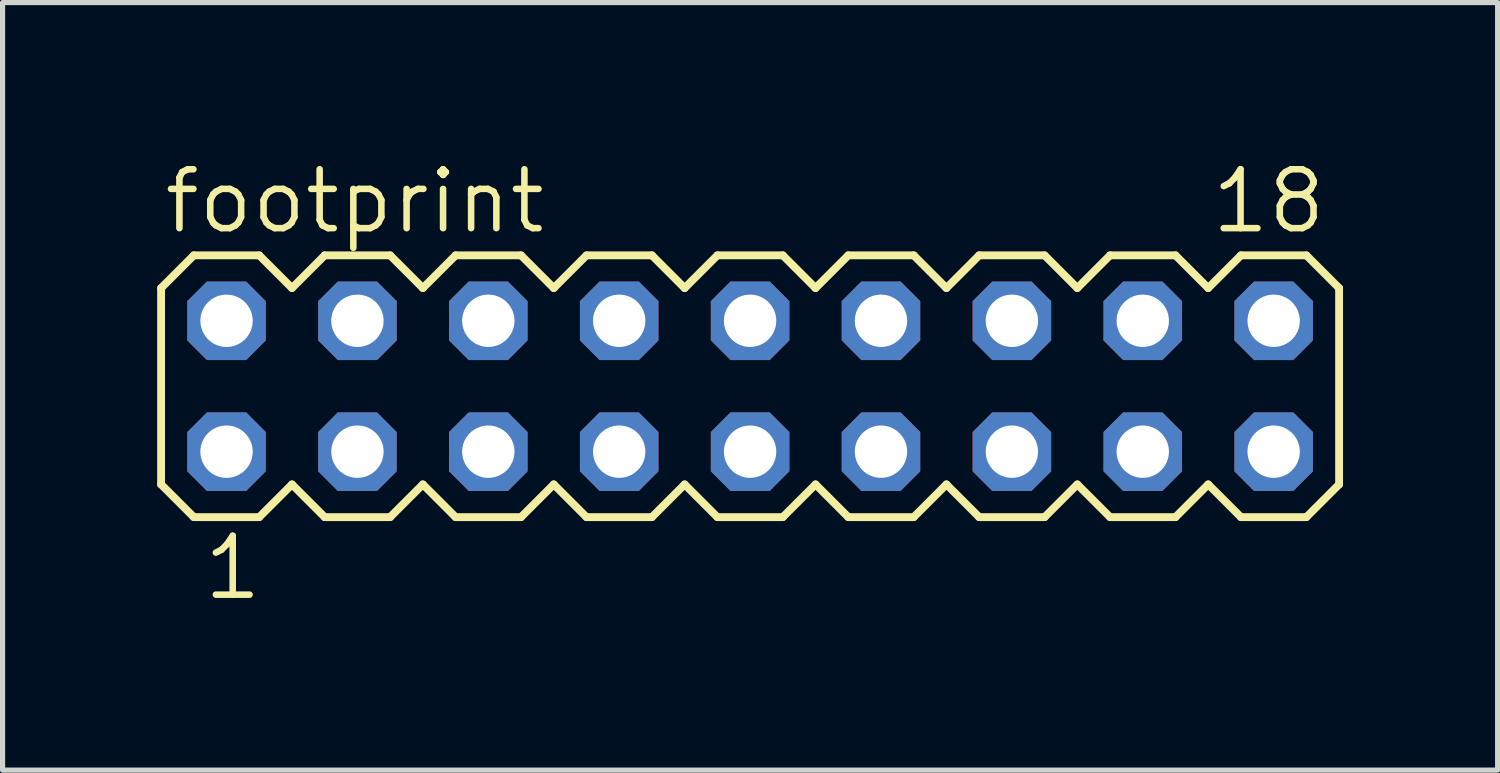
<source format=kicad_pcb>
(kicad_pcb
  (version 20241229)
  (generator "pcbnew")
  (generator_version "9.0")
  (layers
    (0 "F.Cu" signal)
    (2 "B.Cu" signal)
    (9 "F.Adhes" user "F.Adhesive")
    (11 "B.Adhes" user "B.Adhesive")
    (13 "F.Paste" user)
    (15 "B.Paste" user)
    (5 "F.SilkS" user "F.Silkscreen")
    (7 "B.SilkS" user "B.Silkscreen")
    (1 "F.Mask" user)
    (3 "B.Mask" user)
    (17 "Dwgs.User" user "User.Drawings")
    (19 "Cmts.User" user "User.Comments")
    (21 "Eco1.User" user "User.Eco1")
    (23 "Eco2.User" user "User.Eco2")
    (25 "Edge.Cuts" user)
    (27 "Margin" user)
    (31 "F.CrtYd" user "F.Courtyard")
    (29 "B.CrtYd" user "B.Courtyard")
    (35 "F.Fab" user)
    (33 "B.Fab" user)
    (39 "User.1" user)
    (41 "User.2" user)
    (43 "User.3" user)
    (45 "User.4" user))
  (footprint "footprint"
    (layer "F.Cu")
    (at 11.506 4.445)
    (property "Reference" "footprint" (at -11.43 -2.921 0) (layer "F.SilkS") (effects (font (size 1.143 1.143) (thickness 0.127)) (justify left bottom)))
    (fp_line (start -11.43 -1.905) (end -11.43 1.905) (stroke (width 0.152) (type solid)) (layer "F.SilkS"))
    (fp_line (start -11.43 1.905) (end -10.795 2.54) (stroke (width 0.152) (type solid)) (layer "F.SilkS"))
    (fp_line (start -10.795 -2.54) (end -11.43 -1.905) (stroke (width 0.152) (type solid)) (layer "F.SilkS"))
    (fp_line (start -10.795 -2.54) (end -9.525 -2.54) (stroke (width 0.152) (type solid)) (layer "F.SilkS"))
    (fp_line (start -9.525 -2.54) (end -8.89 -1.905) (stroke (width 0.152) (type solid)) (layer "F.SilkS"))
    (fp_line (start -9.525 2.54) (end -10.795 2.54) (stroke (width 0.152) (type solid)) (layer "F.SilkS"))
    (fp_line (start -8.89 -1.905) (end -8.255 -2.54) (stroke (width 0.152) (type solid)) (layer "F.SilkS"))
    (fp_line (start -8.89 1.905) (end -9.525 2.54) (stroke (width 0.152) (type solid)) (layer "F.SilkS"))
    (fp_line (start -8.255 -2.54) (end -6.985 -2.54) (stroke (width 0.152) (type solid)) (layer "F.SilkS"))
    (fp_line (start -8.255 2.54) (end -8.89 1.905) (stroke (width 0.152) (type solid)) (layer "F.SilkS"))
    (fp_line (start -6.985 -2.54) (end -6.35 -1.905) (stroke (width 0.152) (type solid)) (layer "F.SilkS"))
    (fp_line (start -6.985 2.54) (end -8.255 2.54) (stroke (width 0.152) (type solid)) (layer "F.SilkS"))
    (fp_line (start -6.35 -1.905) (end -5.715 -2.54) (stroke (width 0.152) (type solid)) (layer "F.SilkS"))
    (fp_line (start -6.35 1.905) (end -6.985 2.54) (stroke (width 0.152) (type solid)) (layer "F.SilkS"))
    (fp_line (start -5.715 -2.54) (end -4.445 -2.54) (stroke (width 0.152) (type solid)) (layer "F.SilkS"))
    (fp_line (start -5.715 2.54) (end -6.35 1.905) (stroke (width 0.152) (type solid)) (layer "F.SilkS"))
    (fp_line (start -4.445 -2.54) (end -3.81 -1.905) (stroke (width 0.152) (type solid)) (layer "F.SilkS"))
    (fp_line (start -4.445 2.54) (end -5.715 2.54) (stroke (width 0.152) (type solid)) (layer "F.SilkS"))
    (fp_line (start -3.81 1.905) (end -4.445 2.54) (stroke (width 0.152) (type solid)) (layer "F.SilkS"))
    (fp_line (start -3.81 1.905) (end -3.175 2.54) (stroke (width 0.152) (type solid)) (layer "F.SilkS"))
    (fp_line (start -3.175 -2.54) (end -3.81 -1.905) (stroke (width 0.152) (type solid)) (layer "F.SilkS"))
    (fp_line (start -3.175 -2.54) (end -1.905 -2.54) (stroke (width 0.152) (type solid)) (layer "F.SilkS"))
    (fp_line (start -1.905 -2.54) (end -1.27 -1.905) (stroke (width 0.152) (type solid)) (layer "F.SilkS"))
    (fp_line (start -1.905 2.54) (end -3.175 2.54) (stroke (width 0.152) (type solid)) (layer "F.SilkS"))
    (fp_line (start -1.27 -1.905) (end -0.635 -2.54) (stroke (width 0.152) (type solid)) (layer "F.SilkS"))
    (fp_line (start -1.27 1.905) (end -1.905 2.54) (stroke (width 0.152) (type solid)) (layer "F.SilkS"))
    (fp_line (start -0.635 -2.54) (end 0.635 -2.54) (stroke (width 0.152) (type solid)) (layer "F.SilkS"))
    (fp_line (start -0.635 2.54) (end -1.27 1.905) (stroke (width 0.152) (type solid)) (layer "F.SilkS"))
    (fp_line (start 0.635 -2.54) (end 1.27 -1.905) (stroke (width 0.152) (type solid)) (layer "F.SilkS"))
    (fp_line (start 0.635 2.54) (end -0.635 2.54) (stroke (width 0.152) (type solid)) (layer "F.SilkS"))
    (fp_line (start 1.27 -1.905) (end 1.905 -2.54) (stroke (width 0.152) (type solid)) (layer "F.SilkS"))
    (fp_line (start 1.27 1.905) (end 0.635 2.54) (stroke (width 0.152) (type solid)) (layer "F.SilkS"))
    (fp_line (start 1.905 -2.54) (end 3.175 -2.54) (stroke (width 0.152) (type solid)) (layer "F.SilkS"))
    (fp_line (start 1.905 2.54) (end 1.27 1.905) (stroke (width 0.152) (type solid)) (layer "F.SilkS"))
    (fp_line (start 3.175 -2.54) (end 3.81 -1.905) (stroke (width 0.152) (type solid)) (layer "F.SilkS"))
    (fp_line (start 3.175 2.54) (end 1.905 2.54) (stroke (width 0.152) (type solid)) (layer "F.SilkS"))
    (fp_line (start 3.81 1.905) (end 3.175 2.54) (stroke (width 0.152) (type solid)) (layer "F.SilkS"))
    (fp_line (start 3.81 1.905) (end 4.445 2.54) (stroke (width 0.152) (type solid)) (layer "F.SilkS"))
    (fp_line (start 4.445 -2.54) (end 3.81 -1.905) (stroke (width 0.152) (type solid)) (layer "F.SilkS"))
    (fp_line (start 4.445 -2.54) (end 5.715 -2.54) (stroke (width 0.152) (type solid)) (layer "F.SilkS"))
    (fp_line (start 5.715 -2.54) (end 6.35 -1.905) (stroke (width 0.152) (type solid)) (layer "F.SilkS"))
    (fp_line (start 5.715 2.54) (end 4.445 2.54) (stroke (width 0.152) (type solid)) (layer "F.SilkS"))
    (fp_line (start 6.35 -1.905) (end 6.985 -2.54) (stroke (width 0.152) (type solid)) (layer "F.SilkS"))
    (fp_line (start 6.35 1.905) (end 5.715 2.54) (stroke (width 0.152) (type solid)) (layer "F.SilkS"))
    (fp_line (start 6.985 -2.54) (end 8.255 -2.54) (stroke (width 0.152) (type solid)) (layer "F.SilkS"))
    (fp_line (start 6.985 2.54) (end 6.35 1.905) (stroke (width 0.152) (type solid)) (layer "F.SilkS"))
    (fp_line (start 6.985 2.54) (end 8.255 2.54) (stroke (width 0.152) (type solid)) (layer "F.SilkS"))
    (fp_line (start 8.89 -1.905) (end 8.255 -2.54) (stroke (width 0.152) (type solid)) (layer "F.SilkS"))
    (fp_line (start 8.89 -1.905) (end 9.525 -2.54) (stroke (width 0.152) (type solid)) (layer "F.SilkS"))
    (fp_line (start 8.89 1.905) (end 8.255 2.54) (stroke (width 0.152) (type solid)) (layer "F.SilkS"))
    (fp_line (start 8.89 1.905) (end 9.525 2.54) (stroke (width 0.152) (type solid)) (layer "F.SilkS"))
    (fp_line (start 9.525 -2.54) (end 10.795 -2.54) (stroke (width 0.152) (type solid)) (layer "F.SilkS"))
    (fp_line (start 9.525 2.54) (end 10.795 2.54) (stroke (width 0.152) (type solid)) (layer "F.SilkS"))
    (fp_line (start 10.795 -2.54) (end 11.43 -1.905) (stroke (width 0.152) (type solid)) (layer "F.SilkS"))
    (fp_line (start 11.43 -1.905) (end 11.43 1.905) (stroke (width 0.152) (type solid)) (layer "F.SilkS"))
    (fp_line (start 11.43 1.905) (end 10.795 2.54) (stroke (width 0.152) (type solid)) (layer "F.SilkS"))
    (fp_poly (pts (xy -10.414 -1.016) (xy -9.906 -1.016) (xy -9.906 -1.524) (xy -10.414 -1.524)) (stroke (width 0.1) (type solid)) (fill no) (layer "F.Fab"))
    (fp_poly (pts (xy -10.414 1.524) (xy -9.906 1.524) (xy -9.906 1.016) (xy -10.414 1.016)) (stroke (width 0.1) (type solid)) (fill no) (layer "F.Fab"))
    (fp_poly (pts (xy -7.874 -1.016) (xy -7.366 -1.016) (xy -7.366 -1.524) (xy -7.874 -1.524)) (stroke (width 0.1) (type solid)) (fill no) (layer "F.Fab"))
    (fp_poly (pts (xy -7.874 1.524) (xy -7.366 1.524) (xy -7.366 1.016) (xy -7.874 1.016)) (stroke (width 0.1) (type solid)) (fill no) (layer "F.Fab"))
    (fp_poly (pts (xy -5.334 -1.016) (xy -4.826 -1.016) (xy -4.826 -1.524) (xy -5.334 -1.524)) (stroke (width 0.1) (type solid)) (fill no) (layer "F.Fab"))
    (fp_poly (pts (xy -5.334 1.524) (xy -4.826 1.524) (xy -4.826 1.016) (xy -5.334 1.016)) (stroke (width 0.1) (type solid)) (fill no) (layer "F.Fab"))
    (fp_poly (pts (xy -2.794 -1.016) (xy -2.286 -1.016) (xy -2.286 -1.524) (xy -2.794 -1.524)) (stroke (width 0.1) (type solid)) (fill no) (layer "F.Fab"))
    (fp_poly (pts (xy -2.794 1.524) (xy -2.286 1.524) (xy -2.286 1.016) (xy -2.794 1.016)) (stroke (width 0.1) (type solid)) (fill no) (layer "F.Fab"))
    (fp_poly (pts (xy -0.254 -1.016) (xy 0.254 -1.016) (xy 0.254 -1.524) (xy -0.254 -1.524)) (stroke (width 0.1) (type solid)) (fill no) (layer "F.Fab"))
    (fp_poly (pts (xy -0.254 1.524) (xy 0.254 1.524) (xy 0.254 1.016) (xy -0.254 1.016)) (stroke (width 0.1) (type solid)) (fill no) (layer "F.Fab"))
    (fp_poly (pts (xy 2.286 -1.016) (xy 2.794 -1.016) (xy 2.794 -1.524) (xy 2.286 -1.524)) (stroke (width 0.1) (type solid)) (fill no) (layer "F.Fab"))
    (fp_poly (pts (xy 2.286 1.524) (xy 2.794 1.524) (xy 2.794 1.016) (xy 2.286 1.016)) (stroke (width 0.1) (type solid)) (fill no) (layer "F.Fab"))
    (fp_poly (pts (xy 4.826 -1.016) (xy 5.334 -1.016) (xy 5.334 -1.524) (xy 4.826 -1.524)) (stroke (width 0.1) (type solid)) (fill no) (layer "F.Fab"))
    (fp_poly (pts (xy 4.826 1.524) (xy 5.334 1.524) (xy 5.334 1.016) (xy 4.826 1.016)) (stroke (width 0.1) (type solid)) (fill no) (layer "F.Fab"))
    (fp_poly (pts (xy 7.366 -1.016) (xy 7.874 -1.016) (xy 7.874 -1.524) (xy 7.366 -1.524)) (stroke (width 0.1) (type solid)) (fill no) (layer "F.Fab"))
    (fp_poly (pts (xy 7.366 1.524) (xy 7.874 1.524) (xy 7.874 1.016) (xy 7.366 1.016)) (stroke (width 0.1) (type solid)) (fill no) (layer "F.Fab"))
    (fp_poly (pts (xy 9.906 -1.016) (xy 10.414 -1.016) (xy 10.414 -1.524) (xy 9.906 -1.524)) (stroke (width 0.1) (type solid)) (fill no) (layer "F.Fab"))
    (fp_poly (pts (xy 9.906 1.524) (xy 10.414 1.524) (xy 10.414 1.016) (xy 9.906 1.016)) (stroke (width 0.1) (type solid)) (fill no) (layer "F.Fab"))
    (fp_text user "18" (at 8.89 -2.921 0) (layer "F.SilkS") (effects (font (size 1.143 1.143) (thickness 0.127)) (justify left bottom)))
    (fp_text user "1" (at -10.668 4.191 0) (layer "F.SilkS") (effects (font (size 1.143 1.143) (thickness 0.127)) (justify left bottom)))
    (pad "1" thru_hole roundrect (at -10.16 1.27) (size 1.524 1.524) (drill 1.016) (layers "*.Cu" "*.Mask") (roundrect_rratio 0.25) (chamfer_ratio 0.25) (chamfer top_left top_right bottom_left bottom_right))
    (pad "2" thru_hole roundrect (at -10.16 -1.27) (size 1.524 1.524) (drill 1.016) (layers "*.Cu" "*.Mask") (roundrect_rratio 0.25) (chamfer_ratio 0.25) (chamfer top_left top_right bottom_left bottom_right))
    (pad "3" thru_hole roundrect (at -7.62 1.27) (size 1.524 1.524) (drill 1.016) (layers "*.Cu" "*.Mask") (roundrect_rratio 0.25) (chamfer_ratio 0.25) (chamfer top_left top_right bottom_left bottom_right))
    (pad "4" thru_hole roundrect (at -7.62 -1.27) (size 1.524 1.524) (drill 1.016) (layers "*.Cu" "*.Mask") (roundrect_rratio 0.25) (chamfer_ratio 0.25) (chamfer top_left top_right bottom_left bottom_right))
    (pad "5" thru_hole roundrect (at -5.08 1.27) (size 1.524 1.524) (drill 1.016) (layers "*.Cu" "*.Mask") (roundrect_rratio 0.25) (chamfer_ratio 0.25) (chamfer top_left top_right bottom_left bottom_right))
    (pad "6" thru_hole roundrect (at -5.08 -1.27) (size 1.524 1.524) (drill 1.016) (layers "*.Cu" "*.Mask") (roundrect_rratio 0.25) (chamfer_ratio 0.25) (chamfer top_left top_right bottom_left bottom_right))
    (pad "7" thru_hole roundrect (at -2.54 1.27) (size 1.524 1.524) (drill 1.016) (layers "*.Cu" "*.Mask") (roundrect_rratio 0.25) (chamfer_ratio 0.25) (chamfer top_left top_right bottom_left bottom_right))
    (pad "8" thru_hole roundrect (at -2.54 -1.27) (size 1.524 1.524) (drill 1.016) (layers "*.Cu" "*.Mask") (roundrect_rratio 0.25) (chamfer_ratio 0.25) (chamfer top_left top_right bottom_left bottom_right))
    (pad "9" thru_hole roundrect (at 0 1.27) (size 1.524 1.524) (drill 1.016) (layers "*.Cu" "*.Mask") (roundrect_rratio 0.25) (chamfer_ratio 0.25) (chamfer top_left top_right bottom_left bottom_right))
    (pad "10" thru_hole roundrect (at 0 -1.27) (size 1.524 1.524) (drill 1.016) (layers "*.Cu" "*.Mask") (roundrect_rratio 0.25) (chamfer_ratio 0.25) (chamfer top_left top_right bottom_left bottom_right))
    (pad "11" thru_hole roundrect (at 2.54 1.27) (size 1.524 1.524) (drill 1.016) (layers "*.Cu" "*.Mask") (roundrect_rratio 0.25) (chamfer_ratio 0.25) (chamfer top_left top_right bottom_left bottom_right))
    (pad "12" thru_hole roundrect (at 2.54 -1.27) (size 1.524 1.524) (drill 1.016) (layers "*.Cu" "*.Mask") (roundrect_rratio 0.25) (chamfer_ratio 0.25) (chamfer top_left top_right bottom_left bottom_right))
    (pad "13" thru_hole roundrect (at 5.08 1.27) (size 1.524 1.524) (drill 1.016) (layers "*.Cu" "*.Mask") (roundrect_rratio 0.25) (chamfer_ratio 0.25) (chamfer top_left top_right bottom_left bottom_right))
    (pad "14" thru_hole roundrect (at 5.08 -1.27) (size 1.524 1.524) (drill 1.016) (layers "*.Cu" "*.Mask") (roundrect_rratio 0.25) (chamfer_ratio 0.25) (chamfer top_left top_right bottom_left bottom_right))
    (pad "15" thru_hole roundrect (at 7.62 1.27) (size 1.524 1.524) (drill 1.016) (layers "*.Cu" "*.Mask") (roundrect_rratio 0.25) (chamfer_ratio 0.25) (chamfer top_left top_right bottom_left bottom_right))
    (pad "16" thru_hole roundrect (at 7.62 -1.27) (size 1.524 1.524) (drill 1.016) (layers "*.Cu" "*.Mask") (roundrect_rratio 0.25) (chamfer_ratio 0.25) (chamfer top_left top_right bottom_left bottom_right))
    (pad "17" thru_hole roundrect (at 10.16 1.27) (size 1.524 1.524) (drill 1.016) (layers "*.Cu" "*.Mask") (roundrect_rratio 0.25) (chamfer_ratio 0.25) (chamfer top_left top_right bottom_left bottom_right))
    (pad "18" thru_hole roundrect (at 10.16 -1.27) (size 1.524 1.524) (drill 1.016) (layers "*.Cu" "*.Mask") (roundrect_rratio 0.25) (chamfer_ratio 0.25) (chamfer top_left top_right bottom_left bottom_right)))
  (gr_rect
    (start -3 -3)
    (end 26.012 11.895)
    (stroke (width 0.1) (type default))
    (fill no)
    (layer "Edge.Cuts")))
</source>
